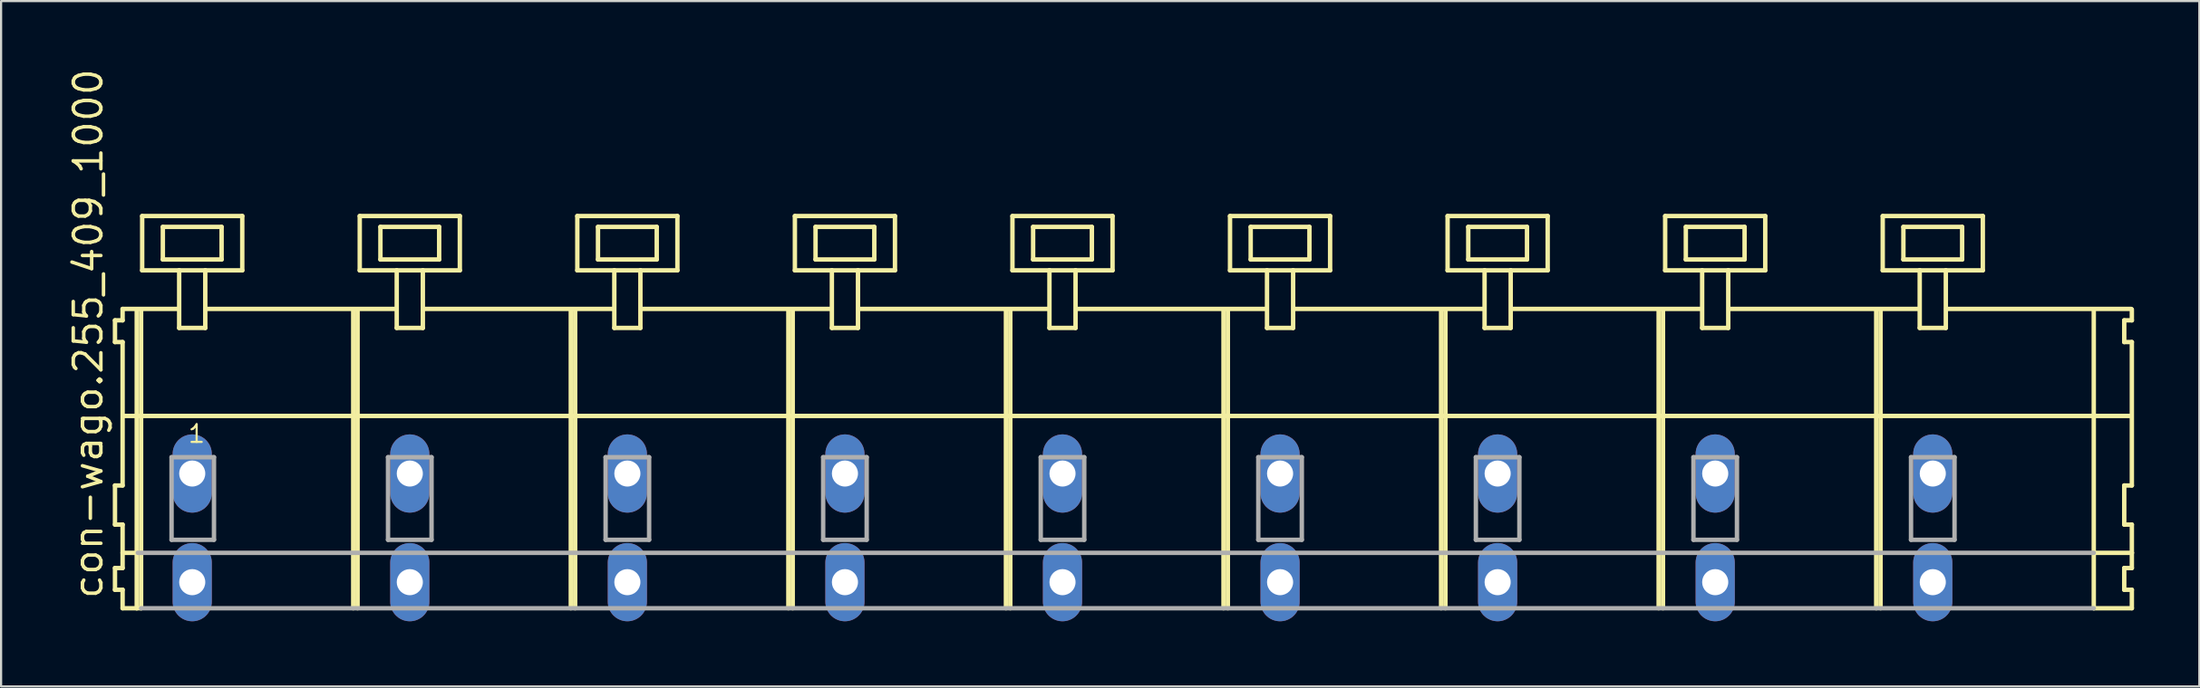
<source format=kicad_pcb>
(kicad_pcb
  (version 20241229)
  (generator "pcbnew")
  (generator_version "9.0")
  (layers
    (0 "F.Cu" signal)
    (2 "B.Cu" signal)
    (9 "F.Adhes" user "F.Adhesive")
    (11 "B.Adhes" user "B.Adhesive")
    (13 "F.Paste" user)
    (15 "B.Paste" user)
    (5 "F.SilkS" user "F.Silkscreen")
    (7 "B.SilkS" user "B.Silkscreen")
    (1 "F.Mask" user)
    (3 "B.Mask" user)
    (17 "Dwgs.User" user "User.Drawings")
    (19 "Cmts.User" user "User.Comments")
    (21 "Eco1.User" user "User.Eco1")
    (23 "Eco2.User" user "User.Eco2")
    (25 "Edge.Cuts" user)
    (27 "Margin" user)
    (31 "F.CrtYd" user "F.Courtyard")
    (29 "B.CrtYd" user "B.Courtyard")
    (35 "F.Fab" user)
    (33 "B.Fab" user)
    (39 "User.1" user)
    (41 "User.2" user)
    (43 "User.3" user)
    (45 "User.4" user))
  (footprint "con-wago.255_409_1000"
    (layer "F.Cu")
    (at 43.285 18.743)
    (property "Reference" "con-wago.255_409_1000" (at -41.535 5.855 90) (layer "F.SilkS") (effects (font (size 1.27 1.27) (thickness 0.16)) (justify left bottom)))
    (attr through_hole)
    (fp_line (start -41.05 -7.05) (end -41.05 -6.05) (stroke (width 0.203) (type default)) (layer "F.SilkS"))
    (fp_line (start -41.05 -6.05) (end -40.7 -6.05) (stroke (width 0.203) (type default)) (layer "F.SilkS"))
    (fp_line (start -41.05 0.55) (end -41.05 2.35) (stroke (width 0.203) (type default)) (layer "F.SilkS"))
    (fp_line (start -41.05 2.35) (end -40.7 2.35) (stroke (width 0.203) (type default)) (layer "F.SilkS"))
    (fp_line (start -41.05 4.35) (end -41.05 5.35) (stroke (width 0.203) (type default)) (layer "F.SilkS"))
    (fp_line (start -41.05 5.35) (end -40.7 5.35) (stroke (width 0.203) (type default)) (layer "F.SilkS"))
    (fp_line (start -40.7 -7.575) (end -40.7 -7.05) (stroke (width 0.203) (type default)) (layer "F.SilkS"))
    (fp_line (start -40.7 -7.575) (end -38.125 -7.575) (stroke (width 0.203) (type default)) (layer "F.SilkS"))
    (fp_line (start -40.7 -7.05) (end -41.05 -7.05) (stroke (width 0.203) (type default)) (layer "F.SilkS"))
    (fp_line (start -40.7 -6.05) (end -40.7 0.55) (stroke (width 0.203) (type default)) (layer "F.SilkS"))
    (fp_line (start -40.7 0.55) (end -41.05 0.55) (stroke (width 0.203) (type default)) (layer "F.SilkS"))
    (fp_line (start -40.7 2.35) (end -40.7 4.35) (stroke (width 0.203) (type default)) (layer "F.SilkS"))
    (fp_line (start -40.7 3.65) (end -40 3.65) (stroke (width 0.203) (type default)) (layer "F.SilkS"))
    (fp_line (start -40.7 4.35) (end -41.05 4.35) (stroke (width 0.203) (type default)) (layer "F.SilkS"))
    (fp_line (start -40.7 5.35) (end -40.7 6.2) (stroke (width 0.203) (type default)) (layer "F.SilkS"))
    (fp_line (start -40.7 6.2) (end -40.05 6.2) (stroke (width 0.203) (type default)) (layer "F.SilkS"))
    (fp_line (start -40.65 -2.65) (end 51.6 -2.65) (stroke (width 0.203) (type default)) (layer "F.SilkS"))
    (fp_line (start -40.05 -7.55) (end -40.05 6.2) (stroke (width 0.203) (type default)) (layer "F.SilkS"))
    (fp_line (start -40.05 6.2) (end -39.85 6.2) (stroke (width 0.203) (type default)) (layer "F.SilkS"))
    (fp_line (start -39.85 -7.55) (end -39.85 6.2) (stroke (width 0.203) (type default)) (layer "F.SilkS"))
    (fp_line (start -39.8 -11.85) (end -39.8 -9.35) (stroke (width 0.203) (type default)) (layer "F.SilkS"))
    (fp_line (start -39.8 -9.35) (end -38.1 -9.35) (stroke (width 0.203) (type default)) (layer "F.SilkS"))
    (fp_line (start -38.85 -11.35) (end -38.85 -9.85) (stroke (width 0.203) (type default)) (layer "F.SilkS"))
    (fp_line (start -38.85 -9.85) (end -36.15 -9.85) (stroke (width 0.203) (type default)) (layer "F.SilkS"))
    (fp_line (start -38.1 -9.35) (end -38.1 -6.7) (stroke (width 0.203) (type default)) (layer "F.SilkS"))
    (fp_line (start -38.1 -9.35) (end -36.9 -9.35) (stroke (width 0.203) (type default)) (layer "F.SilkS"))
    (fp_line (start -38.1 -6.7) (end -36.9 -6.7) (stroke (width 0.203) (type default)) (layer "F.SilkS"))
    (fp_line (start -36.9 -9.35) (end -35.2 -9.35) (stroke (width 0.203) (type default)) (layer "F.SilkS"))
    (fp_line (start -36.9 -6.7) (end -36.9 -9.35) (stroke (width 0.203) (type default)) (layer "F.SilkS"))
    (fp_line (start -36.825 -7.575) (end -28.125 -7.575) (stroke (width 0.203) (type default)) (layer "F.SilkS"))
    (fp_line (start -36.15 -11.35) (end -38.85 -11.35) (stroke (width 0.203) (type default)) (layer "F.SilkS"))
    (fp_line (start -36.15 -9.85) (end -36.15 -11.35) (stroke (width 0.203) (type default)) (layer "F.SilkS"))
    (fp_line (start -35.2 -11.85) (end -39.8 -11.85) (stroke (width 0.203) (type default)) (layer "F.SilkS"))
    (fp_line (start -35.2 -9.35) (end -35.2 -11.85) (stroke (width 0.203) (type default)) (layer "F.SilkS"))
    (fp_line (start -30.1 -7.55) (end -30.1 6.2) (stroke (width 0.203) (type default)) (layer "F.SilkS"))
    (fp_line (start -29.9 -7.55) (end -29.9 6.2) (stroke (width 0.203) (type default)) (layer "F.SilkS"))
    (fp_line (start -29.8 -11.85) (end -29.8 -9.35) (stroke (width 0.203) (type default)) (layer "F.SilkS"))
    (fp_line (start -29.8 -9.35) (end -28.1 -9.35) (stroke (width 0.203) (type default)) (layer "F.SilkS"))
    (fp_line (start -28.85 -11.35) (end -28.85 -9.85) (stroke (width 0.203) (type default)) (layer "F.SilkS"))
    (fp_line (start -28.85 -9.85) (end -26.15 -9.85) (stroke (width 0.203) (type default)) (layer "F.SilkS"))
    (fp_line (start -28.1 -9.35) (end -28.1 -6.7) (stroke (width 0.203) (type default)) (layer "F.SilkS"))
    (fp_line (start -28.1 -9.35) (end -26.9 -9.35) (stroke (width 0.203) (type default)) (layer "F.SilkS"))
    (fp_line (start -28.1 -6.7) (end -26.9 -6.7) (stroke (width 0.203) (type default)) (layer "F.SilkS"))
    (fp_line (start -26.9 -9.35) (end -25.2 -9.35) (stroke (width 0.203) (type default)) (layer "F.SilkS"))
    (fp_line (start -26.9 -6.7) (end -26.9 -9.35) (stroke (width 0.203) (type default)) (layer "F.SilkS"))
    (fp_line (start -26.825 -7.575) (end -18.125 -7.575) (stroke (width 0.203) (type default)) (layer "F.SilkS"))
    (fp_line (start -26.15 -11.35) (end -28.85 -11.35) (stroke (width 0.203) (type default)) (layer "F.SilkS"))
    (fp_line (start -26.15 -9.85) (end -26.15 -11.35) (stroke (width 0.203) (type default)) (layer "F.SilkS"))
    (fp_line (start -25.2 -11.85) (end -29.8 -11.85) (stroke (width 0.203) (type default)) (layer "F.SilkS"))
    (fp_line (start -25.2 -9.35) (end -25.2 -11.85) (stroke (width 0.203) (type default)) (layer "F.SilkS"))
    (fp_line (start -20.1 -7.55) (end -20.1 6.2) (stroke (width 0.203) (type default)) (layer "F.SilkS"))
    (fp_line (start -19.9 -7.55) (end -19.9 6.2) (stroke (width 0.203) (type default)) (layer "F.SilkS"))
    (fp_line (start -19.8 -11.85) (end -19.8 -9.35) (stroke (width 0.203) (type default)) (layer "F.SilkS"))
    (fp_line (start -19.8 -9.35) (end -18.1 -9.35) (stroke (width 0.203) (type default)) (layer "F.SilkS"))
    (fp_line (start -18.85 -11.35) (end -18.85 -9.85) (stroke (width 0.203) (type default)) (layer "F.SilkS"))
    (fp_line (start -18.85 -9.85) (end -16.15 -9.85) (stroke (width 0.203) (type default)) (layer "F.SilkS"))
    (fp_line (start -18.1 -9.35) (end -18.1 -6.7) (stroke (width 0.203) (type default)) (layer "F.SilkS"))
    (fp_line (start -18.1 -9.35) (end -16.9 -9.35) (stroke (width 0.203) (type default)) (layer "F.SilkS"))
    (fp_line (start -18.1 -6.7) (end -16.9 -6.7) (stroke (width 0.203) (type default)) (layer "F.SilkS"))
    (fp_line (start -16.9 -9.35) (end -15.2 -9.35) (stroke (width 0.203) (type default)) (layer "F.SilkS"))
    (fp_line (start -16.9 -6.7) (end -16.9 -9.35) (stroke (width 0.203) (type default)) (layer "F.SilkS"))
    (fp_line (start -16.825 -7.575) (end -8.125 -7.575) (stroke (width 0.203) (type default)) (layer "F.SilkS"))
    (fp_line (start -16.15 -11.35) (end -18.85 -11.35) (stroke (width 0.203) (type default)) (layer "F.SilkS"))
    (fp_line (start -16.15 -9.85) (end -16.15 -11.35) (stroke (width 0.203) (type default)) (layer "F.SilkS"))
    (fp_line (start -15.2 -11.85) (end -19.8 -11.85) (stroke (width 0.203) (type default)) (layer "F.SilkS"))
    (fp_line (start -15.2 -9.35) (end -15.2 -11.85) (stroke (width 0.203) (type default)) (layer "F.SilkS"))
    (fp_line (start -10.1 -7.55) (end -10.1 6.2) (stroke (width 0.203) (type default)) (layer "F.SilkS"))
    (fp_line (start -9.9 -7.55) (end -9.9 6.2) (stroke (width 0.203) (type default)) (layer "F.SilkS"))
    (fp_line (start -9.8 -11.85) (end -9.8 -9.35) (stroke (width 0.203) (type default)) (layer "F.SilkS"))
    (fp_line (start -9.8 -9.35) (end -8.1 -9.35) (stroke (width 0.203) (type default)) (layer "F.SilkS"))
    (fp_line (start -8.85 -11.35) (end -8.85 -9.85) (stroke (width 0.203) (type default)) (layer "F.SilkS"))
    (fp_line (start -8.85 -9.85) (end -6.15 -9.85) (stroke (width 0.203) (type default)) (layer "F.SilkS"))
    (fp_line (start -8.1 -9.35) (end -8.1 -6.7) (stroke (width 0.203) (type default)) (layer "F.SilkS"))
    (fp_line (start -8.1 -9.35) (end -6.9 -9.35) (stroke (width 0.203) (type default)) (layer "F.SilkS"))
    (fp_line (start -8.1 -6.7) (end -6.9 -6.7) (stroke (width 0.203) (type default)) (layer "F.SilkS"))
    (fp_line (start -6.9 -9.35) (end -5.2 -9.35) (stroke (width 0.203) (type default)) (layer "F.SilkS"))
    (fp_line (start -6.9 -6.7) (end -6.9 -9.35) (stroke (width 0.203) (type default)) (layer "F.SilkS"))
    (fp_line (start -6.825 -7.575) (end 1.875 -7.575) (stroke (width 0.203) (type default)) (layer "F.SilkS"))
    (fp_line (start -6.15 -11.35) (end -8.85 -11.35) (stroke (width 0.203) (type default)) (layer "F.SilkS"))
    (fp_line (start -6.15 -9.85) (end -6.15 -11.35) (stroke (width 0.203) (type default)) (layer "F.SilkS"))
    (fp_line (start -5.2 -11.85) (end -9.8 -11.85) (stroke (width 0.203) (type default)) (layer "F.SilkS"))
    (fp_line (start -5.2 -9.35) (end -5.2 -11.85) (stroke (width 0.203) (type default)) (layer "F.SilkS"))
    (fp_line (start -0.1 -7.55) (end -0.1 6.2) (stroke (width 0.203) (type default)) (layer "F.SilkS"))
    (fp_line (start 0.1 -7.55) (end 0.1 6.2) (stroke (width 0.203) (type default)) (layer "F.SilkS"))
    (fp_line (start 0.2 -11.85) (end 0.2 -9.35) (stroke (width 0.203) (type default)) (layer "F.SilkS"))
    (fp_line (start 0.2 -9.35) (end 1.9 -9.35) (stroke (width 0.203) (type default)) (layer "F.SilkS"))
    (fp_line (start 1.15 -11.35) (end 1.15 -9.85) (stroke (width 0.203) (type default)) (layer "F.SilkS"))
    (fp_line (start 1.15 -9.85) (end 3.85 -9.85) (stroke (width 0.203) (type default)) (layer "F.SilkS"))
    (fp_line (start 1.9 -9.35) (end 1.9 -6.7) (stroke (width 0.203) (type default)) (layer "F.SilkS"))
    (fp_line (start 1.9 -9.35) (end 3.1 -9.35) (stroke (width 0.203) (type default)) (layer "F.SilkS"))
    (fp_line (start 1.9 -6.7) (end 3.1 -6.7) (stroke (width 0.203) (type default)) (layer "F.SilkS"))
    (fp_line (start 3.1 -9.35) (end 4.8 -9.35) (stroke (width 0.203) (type default)) (layer "F.SilkS"))
    (fp_line (start 3.1 -6.7) (end 3.1 -9.35) (stroke (width 0.203) (type default)) (layer "F.SilkS"))
    (fp_line (start 3.175 -7.575) (end 11.875 -7.575) (stroke (width 0.203) (type default)) (layer "F.SilkS"))
    (fp_line (start 3.85 -11.35) (end 1.15 -11.35) (stroke (width 0.203) (type default)) (layer "F.SilkS"))
    (fp_line (start 3.85 -9.85) (end 3.85 -11.35) (stroke (width 0.203) (type default)) (layer "F.SilkS"))
    (fp_line (start 4.8 -11.85) (end 0.2 -11.85) (stroke (width 0.203) (type default)) (layer "F.SilkS"))
    (fp_line (start 4.8 -9.35) (end 4.8 -11.85) (stroke (width 0.203) (type default)) (layer "F.SilkS"))
    (fp_line (start 9.9 -7.55) (end 9.9 6.2) (stroke (width 0.203) (type default)) (layer "F.SilkS"))
    (fp_line (start 10.1 -7.55) (end 10.1 6.2) (stroke (width 0.203) (type default)) (layer "F.SilkS"))
    (fp_line (start 10.2 -11.85) (end 10.2 -9.35) (stroke (width 0.203) (type default)) (layer "F.SilkS"))
    (fp_line (start 10.2 -9.35) (end 11.9 -9.35) (stroke (width 0.203) (type default)) (layer "F.SilkS"))
    (fp_line (start 11.15 -11.35) (end 11.15 -9.85) (stroke (width 0.203) (type default)) (layer "F.SilkS"))
    (fp_line (start 11.15 -9.85) (end 13.85 -9.85) (stroke (width 0.203) (type default)) (layer "F.SilkS"))
    (fp_line (start 11.9 -9.35) (end 11.9 -6.7) (stroke (width 0.203) (type default)) (layer "F.SilkS"))
    (fp_line (start 11.9 -9.35) (end 13.1 -9.35) (stroke (width 0.203) (type default)) (layer "F.SilkS"))
    (fp_line (start 11.9 -6.7) (end 13.1 -6.7) (stroke (width 0.203) (type default)) (layer "F.SilkS"))
    (fp_line (start 13.1 -9.35) (end 14.8 -9.35) (stroke (width 0.203) (type default)) (layer "F.SilkS"))
    (fp_line (start 13.1 -6.7) (end 13.1 -9.35) (stroke (width 0.203) (type default)) (layer "F.SilkS"))
    (fp_line (start 13.175 -7.575) (end 21.875 -7.575) (stroke (width 0.203) (type default)) (layer "F.SilkS"))
    (fp_line (start 13.85 -11.35) (end 11.15 -11.35) (stroke (width 0.203) (type default)) (layer "F.SilkS"))
    (fp_line (start 13.85 -9.85) (end 13.85 -11.35) (stroke (width 0.203) (type default)) (layer "F.SilkS"))
    (fp_line (start 14.8 -11.85) (end 10.2 -11.85) (stroke (width 0.203) (type default)) (layer "F.SilkS"))
    (fp_line (start 14.8 -9.35) (end 14.8 -11.85) (stroke (width 0.203) (type default)) (layer "F.SilkS"))
    (fp_line (start 19.9 -7.55) (end 19.9 6.2) (stroke (width 0.203) (type default)) (layer "F.SilkS"))
    (fp_line (start 20.1 -7.55) (end 20.1 6.2) (stroke (width 0.203) (type default)) (layer "F.SilkS"))
    (fp_line (start 20.2 -11.85) (end 20.2 -9.35) (stroke (width 0.203) (type default)) (layer "F.SilkS"))
    (fp_line (start 20.2 -9.35) (end 21.9 -9.35) (stroke (width 0.203) (type default)) (layer "F.SilkS"))
    (fp_line (start 21.15 -11.35) (end 21.15 -9.85) (stroke (width 0.203) (type default)) (layer "F.SilkS"))
    (fp_line (start 21.15 -9.85) (end 23.85 -9.85) (stroke (width 0.203) (type default)) (layer "F.SilkS"))
    (fp_line (start 21.9 -9.35) (end 21.9 -6.7) (stroke (width 0.203) (type default)) (layer "F.SilkS"))
    (fp_line (start 21.9 -9.35) (end 23.1 -9.35) (stroke (width 0.203) (type default)) (layer "F.SilkS"))
    (fp_line (start 21.9 -6.7) (end 23.1 -6.7) (stroke (width 0.203) (type default)) (layer "F.SilkS"))
    (fp_line (start 23.1 -9.35) (end 24.8 -9.35) (stroke (width 0.203) (type default)) (layer "F.SilkS"))
    (fp_line (start 23.1 -6.7) (end 23.1 -9.35) (stroke (width 0.203) (type default)) (layer "F.SilkS"))
    (fp_line (start 23.175 -7.575) (end 31.875 -7.575) (stroke (width 0.203) (type default)) (layer "F.SilkS"))
    (fp_line (start 23.85 -11.35) (end 21.15 -11.35) (stroke (width 0.203) (type default)) (layer "F.SilkS"))
    (fp_line (start 23.85 -9.85) (end 23.85 -11.35) (stroke (width 0.203) (type default)) (layer "F.SilkS"))
    (fp_line (start 24.8 -11.85) (end 20.2 -11.85) (stroke (width 0.203) (type default)) (layer "F.SilkS"))
    (fp_line (start 24.8 -9.35) (end 24.8 -11.85) (stroke (width 0.203) (type default)) (layer "F.SilkS"))
    (fp_line (start 29.9 -7.55) (end 29.9 6.2) (stroke (width 0.203) (type default)) (layer "F.SilkS"))
    (fp_line (start 30.1 -7.55) (end 30.1 6.2) (stroke (width 0.203) (type default)) (layer "F.SilkS"))
    (fp_line (start 30.2 -11.85) (end 30.2 -9.35) (stroke (width 0.203) (type default)) (layer "F.SilkS"))
    (fp_line (start 30.2 -9.35) (end 31.9 -9.35) (stroke (width 0.203) (type default)) (layer "F.SilkS"))
    (fp_line (start 31.15 -11.35) (end 31.15 -9.85) (stroke (width 0.203) (type default)) (layer "F.SilkS"))
    (fp_line (start 31.15 -9.85) (end 33.85 -9.85) (stroke (width 0.203) (type default)) (layer "F.SilkS"))
    (fp_line (start 31.9 -9.35) (end 31.9 -6.7) (stroke (width 0.203) (type default)) (layer "F.SilkS"))
    (fp_line (start 31.9 -9.35) (end 33.1 -9.35) (stroke (width 0.203) (type default)) (layer "F.SilkS"))
    (fp_line (start 31.9 -6.7) (end 33.1 -6.7) (stroke (width 0.203) (type default)) (layer "F.SilkS"))
    (fp_line (start 33.1 -9.35) (end 34.8 -9.35) (stroke (width 0.203) (type default)) (layer "F.SilkS"))
    (fp_line (start 33.1 -6.7) (end 33.1 -9.35) (stroke (width 0.203) (type default)) (layer "F.SilkS"))
    (fp_line (start 33.175 -7.575) (end 41.875 -7.575) (stroke (width 0.203) (type default)) (layer "F.SilkS"))
    (fp_line (start 33.85 -11.35) (end 31.15 -11.35) (stroke (width 0.203) (type default)) (layer "F.SilkS"))
    (fp_line (start 33.85 -9.85) (end 33.85 -11.35) (stroke (width 0.203) (type default)) (layer "F.SilkS"))
    (fp_line (start 34.8 -11.85) (end 30.2 -11.85) (stroke (width 0.203) (type default)) (layer "F.SilkS"))
    (fp_line (start 34.8 -9.35) (end 34.8 -11.85) (stroke (width 0.203) (type default)) (layer "F.SilkS"))
    (fp_line (start 39.9 -7.55) (end 39.9 6.2) (stroke (width 0.203) (type default)) (layer "F.SilkS"))
    (fp_line (start 40.1 -7.55) (end 40.1 6.2) (stroke (width 0.203) (type default)) (layer "F.SilkS"))
    (fp_line (start 40.2 -11.85) (end 40.2 -9.35) (stroke (width 0.203) (type default)) (layer "F.SilkS"))
    (fp_line (start 40.2 -9.35) (end 41.9 -9.35) (stroke (width 0.203) (type default)) (layer "F.SilkS"))
    (fp_line (start 41.15 -11.35) (end 41.15 -9.85) (stroke (width 0.203) (type default)) (layer "F.SilkS"))
    (fp_line (start 41.15 -9.85) (end 43.85 -9.85) (stroke (width 0.203) (type default)) (layer "F.SilkS"))
    (fp_line (start 41.9 -9.35) (end 41.9 -6.7) (stroke (width 0.203) (type default)) (layer "F.SilkS"))
    (fp_line (start 41.9 -9.35) (end 43.1 -9.35) (stroke (width 0.203) (type default)) (layer "F.SilkS"))
    (fp_line (start 41.9 -6.7) (end 43.1 -6.7) (stroke (width 0.203) (type default)) (layer "F.SilkS"))
    (fp_line (start 43.1 -9.35) (end 44.8 -9.35) (stroke (width 0.203) (type default)) (layer "F.SilkS"))
    (fp_line (start 43.1 -6.7) (end 43.1 -9.35) (stroke (width 0.203) (type default)) (layer "F.SilkS"))
    (fp_line (start 43.125 -7.575) (end 51.625 -7.575) (stroke (width 0.203) (type default)) (layer "F.SilkS"))
    (fp_line (start 43.85 -11.35) (end 41.15 -11.35) (stroke (width 0.203) (type default)) (layer "F.SilkS"))
    (fp_line (start 43.85 -9.85) (end 43.85 -11.35) (stroke (width 0.203) (type default)) (layer "F.SilkS"))
    (fp_line (start 44.8 -11.85) (end 40.2 -11.85) (stroke (width 0.203) (type default)) (layer "F.SilkS"))
    (fp_line (start 44.8 -9.35) (end 44.8 -11.85) (stroke (width 0.203) (type default)) (layer "F.SilkS"))
    (fp_line (start 49.9 -7.55) (end 49.9 6.2) (stroke (width 0.203) (type default)) (layer "F.SilkS"))
    (fp_line (start 49.9 6.2) (end 51.65 6.2) (stroke (width 0.203) (type default)) (layer "F.SilkS"))
    (fp_line (start 49.95 3.65) (end 51.65 3.65) (stroke (width 0.203) (type default)) (layer "F.SilkS"))
    (fp_line (start 51.3 -7.05) (end 51.3 -6.05) (stroke (width 0.203) (type default)) (layer "F.SilkS"))
    (fp_line (start 51.3 -6.05) (end 51.65 -6.05) (stroke (width 0.203) (type default)) (layer "F.SilkS"))
    (fp_line (start 51.3 0.55) (end 51.3 2.35) (stroke (width 0.203) (type default)) (layer "F.SilkS"))
    (fp_line (start 51.3 2.35) (end 51.65 2.35) (stroke (width 0.203) (type default)) (layer "F.SilkS"))
    (fp_line (start 51.3 4.35) (end 51.3 5.35) (stroke (width 0.203) (type default)) (layer "F.SilkS"))
    (fp_line (start 51.3 5.35) (end 51.65 5.35) (stroke (width 0.203) (type default)) (layer "F.SilkS"))
    (fp_line (start 51.65 -7.05) (end 51.3 -7.05) (stroke (width 0.203) (type default)) (layer "F.SilkS"))
    (fp_line (start 51.65 -7.05) (end 51.65 -7.55) (stroke (width 0.203) (type default)) (layer "F.SilkS"))
    (fp_line (start 51.65 0.55) (end 51.3 0.55) (stroke (width 0.203) (type default)) (layer "F.SilkS"))
    (fp_line (start 51.65 0.55) (end 51.65 -6.05) (stroke (width 0.203) (type default)) (layer "F.SilkS"))
    (fp_line (start 51.65 3.65) (end 51.65 2.35) (stroke (width 0.203) (type default)) (layer "F.SilkS"))
    (fp_line (start 51.65 4.35) (end 51.3 4.35) (stroke (width 0.203) (type default)) (layer "F.SilkS"))
    (fp_line (start 51.65 4.35) (end 51.65 3.65) (stroke (width 0.203) (type default)) (layer "F.SilkS"))
    (fp_line (start 51.65 6.2) (end 51.65 5.35) (stroke (width 0.203) (type default)) (layer "F.SilkS"))
    (fp_line (start -40 3.65) (end 49.9 3.65) (stroke (width 0.203) (type default)) (layer "F.Fab"))
    (fp_line (start -39.85 6.2) (end 49.9 6.2) (stroke (width 0.203) (type default)) (layer "F.Fab"))
    (fp_line (start -38.45 -0.75) (end -38.45 3.05) (stroke (width 0.203) (type default)) (layer "F.Fab"))
    (fp_line (start -38.45 3.05) (end -36.5 3.05) (stroke (width 0.203) (type default)) (layer "F.Fab"))
    (fp_line (start -36.5 -0.75) (end -38.45 -0.75) (stroke (width 0.203) (type default)) (layer "F.Fab"))
    (fp_line (start -36.5 3.05) (end -36.5 -0.75) (stroke (width 0.203) (type default)) (layer "F.Fab"))
    (fp_line (start -28.5 -0.75) (end -28.5 3.05) (stroke (width 0.203) (type default)) (layer "F.Fab"))
    (fp_line (start -28.5 3.05) (end -26.5 3.05) (stroke (width 0.203) (type default)) (layer "F.Fab"))
    (fp_line (start -26.5 -0.75) (end -28.5 -0.75) (stroke (width 0.203) (type default)) (layer "F.Fab"))
    (fp_line (start -26.5 3.05) (end -26.5 -0.75) (stroke (width 0.203) (type default)) (layer "F.Fab"))
    (fp_line (start -18.5 -0.75) (end -18.5 3.05) (stroke (width 0.203) (type default)) (layer "F.Fab"))
    (fp_line (start -18.5 3.05) (end -16.5 3.05) (stroke (width 0.203) (type default)) (layer "F.Fab"))
    (fp_line (start -16.5 -0.75) (end -18.5 -0.75) (stroke (width 0.203) (type default)) (layer "F.Fab"))
    (fp_line (start -16.5 3.05) (end -16.5 -0.75) (stroke (width 0.203) (type default)) (layer "F.Fab"))
    (fp_line (start -8.5 -0.75) (end -8.5 3.05) (stroke (width 0.203) (type default)) (layer "F.Fab"))
    (fp_line (start -8.5 3.05) (end -6.5 3.05) (stroke (width 0.203) (type default)) (layer "F.Fab"))
    (fp_line (start -6.5 -0.75) (end -8.5 -0.75) (stroke (width 0.203) (type default)) (layer "F.Fab"))
    (fp_line (start -6.5 3.05) (end -6.5 -0.75) (stroke (width 0.203) (type default)) (layer "F.Fab"))
    (fp_line (start 1.5 -0.75) (end 1.5 3.05) (stroke (width 0.203) (type default)) (layer "F.Fab"))
    (fp_line (start 1.5 3.05) (end 3.5 3.05) (stroke (width 0.203) (type default)) (layer "F.Fab"))
    (fp_line (start 3.5 -0.75) (end 1.5 -0.75) (stroke (width 0.203) (type default)) (layer "F.Fab"))
    (fp_line (start 3.5 3.05) (end 3.5 -0.75) (stroke (width 0.203) (type default)) (layer "F.Fab"))
    (fp_line (start 11.5 -0.75) (end 11.5 3.05) (stroke (width 0.203) (type default)) (layer "F.Fab"))
    (fp_line (start 11.5 3.05) (end 13.5 3.05) (stroke (width 0.203) (type default)) (layer "F.Fab"))
    (fp_line (start 13.5 -0.75) (end 11.5 -0.75) (stroke (width 0.203) (type default)) (layer "F.Fab"))
    (fp_line (start 13.5 3.05) (end 13.5 -0.75) (stroke (width 0.203) (type default)) (layer "F.Fab"))
    (fp_line (start 21.5 -0.75) (end 21.5 3.05) (stroke (width 0.203) (type default)) (layer "F.Fab"))
    (fp_line (start 21.5 3.05) (end 23.5 3.05) (stroke (width 0.203) (type default)) (layer "F.Fab"))
    (fp_line (start 23.5 -0.75) (end 21.5 -0.75) (stroke (width 0.203) (type default)) (layer "F.Fab"))
    (fp_line (start 23.5 3.05) (end 23.5 -0.75) (stroke (width 0.203) (type default)) (layer "F.Fab"))
    (fp_line (start 31.5 -0.75) (end 31.5 3.05) (stroke (width 0.203) (type default)) (layer "F.Fab"))
    (fp_line (start 31.5 3.05) (end 33.5 3.05) (stroke (width 0.203) (type default)) (layer "F.Fab"))
    (fp_line (start 33.5 -0.75) (end 31.5 -0.75) (stroke (width 0.203) (type default)) (layer "F.Fab"))
    (fp_line (start 33.5 3.05) (end 33.5 -0.75) (stroke (width 0.203) (type default)) (layer "F.Fab"))
    (fp_line (start 41.5 -0.75) (end 41.5 3.05) (stroke (width 0.203) (type default)) (layer "F.Fab"))
    (fp_line (start 41.5 3.05) (end 43.5 3.05) (stroke (width 0.203) (type default)) (layer "F.Fab"))
    (fp_line (start 43.5 -0.75) (end 41.5 -0.75) (stroke (width 0.203) (type default)) (layer "F.Fab"))
    (fp_line (start 43.5 3.05) (end 43.5 -0.75) (stroke (width 0.203) (type default)) (layer "F.Fab"))
    (fp_text user "1" (at -37.75 -1.35 0) (layer "F.SilkS") (effects (font (size 0.813 0.813) (thickness 0.1)) (justify left bottom)))
    (pad "A1" thru_hole oval (at -37.5 0 90) (size 3.6 1.8) (drill 1.2) (layers "*.Cu" "*.Mask"))
    (pad "A2" thru_hole oval (at -27.5 0 90) (size 3.6 1.8) (drill 1.2) (layers "*.Cu" "*.Mask"))
    (pad "A3" thru_hole oval (at -17.5 0 90) (size 3.6 1.8) (drill 1.2) (layers "*.Cu" "*.Mask"))
    (pad "A4" thru_hole oval (at -7.5 0 90) (size 3.6 1.8) (drill 1.2) (layers "*.Cu" "*.Mask"))
    (pad "A5" thru_hole oval (at 2.5 0 90) (size 3.6 1.8) (drill 1.2) (layers "*.Cu" "*.Mask"))
    (pad "A6" thru_hole oval (at 12.5 0 90) (size 3.6 1.8) (drill 1.2) (layers "*.Cu" "*.Mask"))
    (pad "A7" thru_hole oval (at 22.5 0 90) (size 3.6 1.8) (drill 1.2) (layers "*.Cu" "*.Mask"))
    (pad "A8" thru_hole oval (at 32.5 0 90) (size 3.6 1.8) (drill 1.2) (layers "*.Cu" "*.Mask"))
    (pad "A9" thru_hole oval (at 42.5 0 90) (size 3.6 1.8) (drill 1.2) (layers "*.Cu" "*.Mask"))
    (pad "B1" thru_hole oval (at -37.5 5 90) (size 3.6 1.8) (drill 1.2) (layers "*.Cu" "*.Mask"))
    (pad "B2" thru_hole oval (at -27.5 5 90) (size 3.6 1.8) (drill 1.2) (layers "*.Cu" "*.Mask"))
    (pad "B3" thru_hole oval (at -17.5 5 90) (size 3.6 1.8) (drill 1.2) (layers "*.Cu" "*.Mask"))
    (pad "B4" thru_hole oval (at -7.5 5 90) (size 3.6 1.8) (drill 1.2) (layers "*.Cu" "*.Mask"))
    (pad "B5" thru_hole oval (at 2.5 5 90) (size 3.6 1.8) (drill 1.2) (layers "*.Cu" "*.Mask"))
    (pad "B6" thru_hole oval (at 12.5 5 90) (size 3.6 1.8) (drill 1.2) (layers "*.Cu" "*.Mask"))
    (pad "B7" thru_hole oval (at 22.5 5 90) (size 3.6 1.8) (drill 1.2) (layers "*.Cu" "*.Mask"))
    (pad "B8" thru_hole oval (at 32.5 5 90) (size 3.6 1.8) (drill 1.2) (layers "*.Cu" "*.Mask"))
    (pad "B9" thru_hole oval (at 42.5 5 90) (size 3.6 1.8) (drill 1.2) (layers "*.Cu" "*.Mask")))
  (gr_rect
    (start -3 -3)
    (end 98.037 28.543)
    (stroke (width 0.1) (type default))
    (fill no)
    (layer "Edge.Cuts")))
</source>
